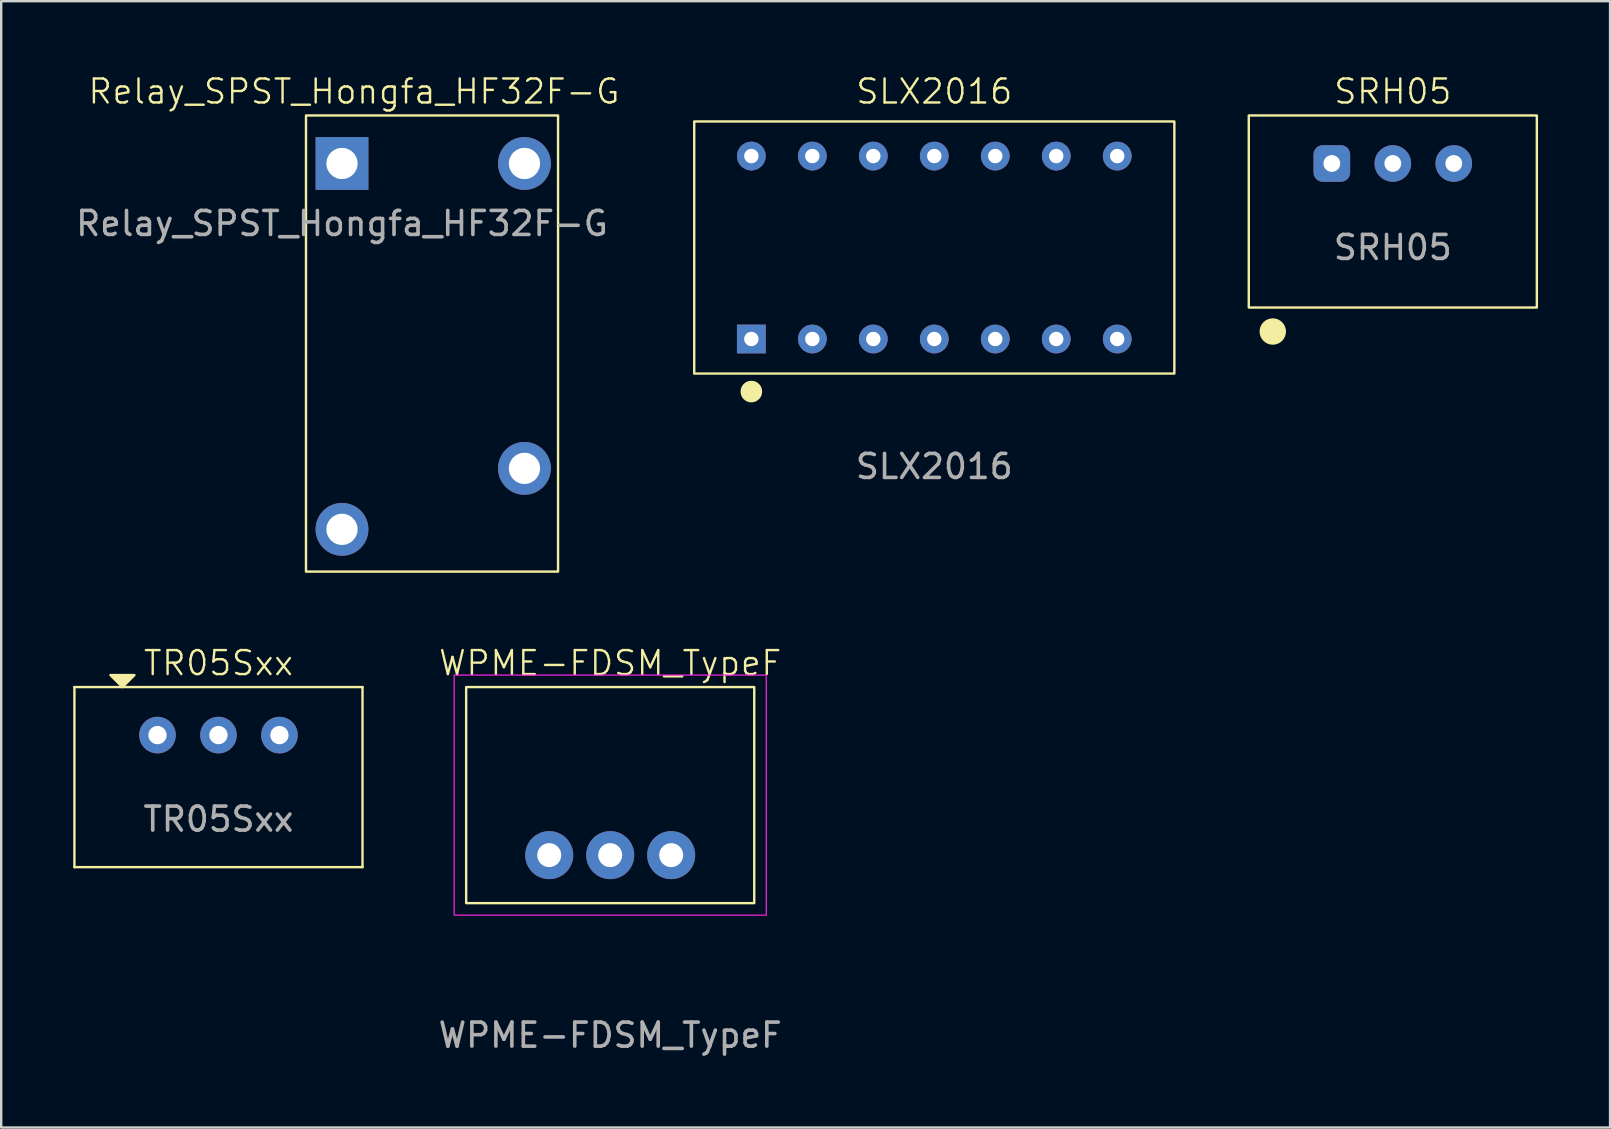
<source format=kicad_pcb>
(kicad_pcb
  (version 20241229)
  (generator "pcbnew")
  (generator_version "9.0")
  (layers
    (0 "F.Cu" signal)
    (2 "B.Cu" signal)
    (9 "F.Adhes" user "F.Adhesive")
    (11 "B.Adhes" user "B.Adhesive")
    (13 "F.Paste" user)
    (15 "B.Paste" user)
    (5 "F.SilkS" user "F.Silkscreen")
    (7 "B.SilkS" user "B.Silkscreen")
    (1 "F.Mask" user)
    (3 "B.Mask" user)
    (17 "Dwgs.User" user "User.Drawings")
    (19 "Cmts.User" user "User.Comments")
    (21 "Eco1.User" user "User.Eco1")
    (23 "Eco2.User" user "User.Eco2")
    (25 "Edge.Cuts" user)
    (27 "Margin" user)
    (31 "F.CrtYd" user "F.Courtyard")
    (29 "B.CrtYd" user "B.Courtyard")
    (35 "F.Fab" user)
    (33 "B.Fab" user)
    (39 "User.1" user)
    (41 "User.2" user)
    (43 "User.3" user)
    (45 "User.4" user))
  (footprint "TR05Sxx"
    (layer "F.Cu")
    (at 6.05 27.571)
    (property "Reference" "TR05Sxx" (at 0 -3 0) (unlocked yes) (layer "F.SilkS") (effects (font (size 1 1) (thickness 0.1))))
    (attr through_hole)
    (fp_line (start -6 -2) (end 6 -2) (stroke (width 0.1) (type default)) (layer "F.SilkS"))
    (fp_line (start -6 5.5) (end -6 -2) (stroke (width 0.1) (type default)) (layer "F.SilkS"))
    (fp_line (start 6 -2) (end 6 5.5) (stroke (width 0.1) (type default)) (layer "F.SilkS"))
    (fp_line (start 6 5.5) (end -6 5.5) (stroke (width 0.1) (type default)) (layer "F.SilkS"))
    (fp_poly (pts (xy -4 -2) (xy -3.5 -2.5) (xy -4.5 -2.5)) (stroke (width 0.1) (type solid)) (fill yes) (layer "F.SilkS"))
    (fp_text user "${REFERENCE}" (at 0 3.5 0) (unlocked yes) (layer "F.Fab") (effects (font (size 1 1) (thickness 0.15))))
    (pad "1" thru_hole circle (at -2.54 0) (size 1.524 1.524) (drill 0.762) (layers "*.Cu" "*.Mask"))
    (pad "2" thru_hole circle (at 0 0) (size 1.524 1.524) (drill 0.762) (layers "*.Cu" "*.Mask"))
    (pad "3" thru_hole circle (at 2.54 0) (size 1.524 1.524) (drill 0.762) (layers "*.Cu" "*.Mask")))
  (footprint "SLX2016"
    (layer "F.Cu")
    (at 35.868 7.261)
    (property "Reference" "SLX2016" (at 0 -6.5 0) (unlocked yes) (layer "F.SilkS") (effects (font (size 1 1) (thickness 0.1))))
    (attr through_hole)
    (fp_rect (start -10 -5.25) (end 10 5.25) (stroke (width 0.1) (type default)) (fill no) (layer "F.SilkS"))
    (fp_circle (center -7.62 6) (end -7.22 6) (stroke (width 0.1) (type solid)) (fill yes) (layer "F.SilkS"))
    (fp_text user "${REFERENCE}" (at 0 9.12 0) (unlocked yes) (layer "F.Fab") (effects (font (size 1 1) (thickness 0.15))))
    (pad "1" thru_hole rect (at -7.62 3.81) (size 1.2 1.2) (drill 0.6) (layers "*.Cu" "*.Mask"))
    (pad "2" thru_hole circle (at -5.08 3.81) (size 1.2 1.2) (drill 0.6) (layers "*.Cu" "*.Mask"))
    (pad "3" thru_hole circle (at -2.54 3.81) (size 1.2 1.2) (drill 0.6) (layers "*.Cu" "*.Mask"))
    (pad "4" thru_hole circle (at 0 3.81) (size 1.2 1.2) (drill 0.6) (layers "*.Cu" "*.Mask"))
    (pad "5" thru_hole circle (at 2.54 3.81) (size 1.2 1.2) (drill 0.6) (layers "*.Cu" "*.Mask"))
    (pad "6" thru_hole circle (at 5.08 3.81) (size 1.2 1.2) (drill 0.6) (layers "*.Cu" "*.Mask"))
    (pad "7" thru_hole circle (at 7.62 3.81) (size 1.2 1.2) (drill 0.6) (layers "*.Cu" "*.Mask"))
    (pad "8" thru_hole circle (at 7.62 -3.81) (size 1.2 1.2) (drill 0.6) (layers "*.Cu" "*.Mask"))
    (pad "9" thru_hole circle (at 5.08 -3.81) (size 1.2 1.2) (drill 0.6) (layers "*.Cu" "*.Mask"))
    (pad "10" thru_hole circle (at 2.54 -3.81) (size 1.2 1.2) (drill 0.6) (layers "*.Cu" "*.Mask"))
    (pad "11" thru_hole circle (at 0 -3.81) (size 1.2 1.2) (drill 0.6) (layers "*.Cu" "*.Mask"))
    (pad "12" thru_hole circle (at -2.54 -3.81) (size 1.2 1.2) (drill 0.6) (layers "*.Cu" "*.Mask"))
    (pad "13" thru_hole circle (at -5.08 -3.81) (size 1.2 1.2) (drill 0.6) (layers "*.Cu" "*.Mask"))
    (pad "14" thru_hole circle (at -7.62 -3.81) (size 1.2 1.2) (drill 0.6) (layers "*.Cu" "*.Mask")))
  (footprint "Relay_SPST_Hongfa_HF32F-G"
    (layer "F.Cu")
    (at 11.196 3.76)
    (property "Reference" "Relay_SPST_Hongfa_HF32F-G" (at 0.5 -3 0) (unlocked yes) (layer "F.SilkS") (effects (font (size 1 1) (thickness 0.1))))
    (attr through_hole)
    (fp_rect (start -1.5 -2) (end 9 17) (stroke (width 0.1) (type default)) (fill no) (layer "F.SilkS"))
    (fp_text user "${REFERENCE}" (at 0 2.5 0) (unlocked yes) (layer "F.Fab") (effects (font (size 1 1) (thickness 0.15))))
    (pad "13" thru_hole circle (at 0 15.24) (size 2.2 2.2) (drill 1.3) (layers "*.Cu" "*.Mask"))
    (pad "14" thru_hole circle (at 7.6 12.7) (size 2.2 2.2) (drill 1.3) (layers "*.Cu" "*.Mask"))
    (pad "A1" thru_hole rect (at 0 0) (size 2.2 2.2) (drill 1.3) (layers "*.Cu" "*.Mask"))
    (pad "A2" thru_hole circle (at 7.6 0) (size 2.2 2.2) (drill 1.3) (layers "*.Cu" "*.Mask")))
  (footprint "SRH05"
    (layer "F.Cu")
    (at 54.968 3.76)
    (property "Reference" "SRH05" (at 0 -3 0) (unlocked yes) (layer "F.SilkS") (effects (font (size 1 1) (thickness 0.1))))
    (attr smd)
    (fp_rect (start 6 -2) (end -6 6) (stroke (width 0.1) (type default)) (fill no) (layer "F.SilkS"))
    (fp_circle (center -5 7) (end -4.5 7) (stroke (width 0.1) (type solid)) (fill yes) (layer "F.SilkS"))
    (fp_text user "${REFERENCE}" (at 0 3.5 0) (unlocked yes) (layer "F.Fab") (effects (font (size 1 1) (thickness 0.15))))
    (pad "1" thru_hole roundrect (at -2.54 0) (size 1.524 1.524) (drill 0.7) (layers "*.Cu" "*.Mask") (roundrect_rratio 0.25))
    (pad "2" thru_hole circle (at 0 0) (size 1.524 1.524) (drill 0.7) (layers "*.Cu" "*.Mask"))
    (pad "3" thru_hole circle (at 2.54 0) (size 1.524 1.524) (drill 0.7) (layers "*.Cu" "*.Mask")))
  (footprint "WPME-FDSM_TypeF"
    (layer "F.Cu")
    (at 22.368 32.571)
    (property "Reference" "WPME-FDSM_TypeF" (at 0 -8 0) (unlocked yes) (layer "F.SilkS") (effects (font (size 1 1) (thickness 0.1))))
    (attr through_hole)
    (fp_rect (start -6 2) (end 6 -7) (stroke (width 0.1) (type default)) (fill no) (layer "F.SilkS"))
    (fp_rect (start -6.5 2.5) (end 6.5 -7.5) (stroke (width 0.05) (type default)) (fill no) (layer "F.CrtYd"))
    (fp_text user "${REFERENCE}" (at 0 7.5 0) (unlocked yes) (layer "F.Fab") (effects (font (size 1 1) (thickness 0.15))))
    (pad "1" thru_hole circle (at -2.54 0) (size 2 2) (drill 1) (layers "*.Cu" "*.Mask"))
    (pad "2" thru_hole circle (at 0 0) (size 2 2) (drill 1) (layers "*.Cu" "*.Mask"))
    (pad "3" thru_hole circle (at 2.54 0) (size 2 2) (drill 1) (layers "*.Cu" "*.Mask")))
  (gr_rect
    (start -3 -3)
    (end 64.018 43.919)
    (stroke (width 0.1) (type default))
    (fill no)
    (layer "Edge.Cuts")))
</source>
